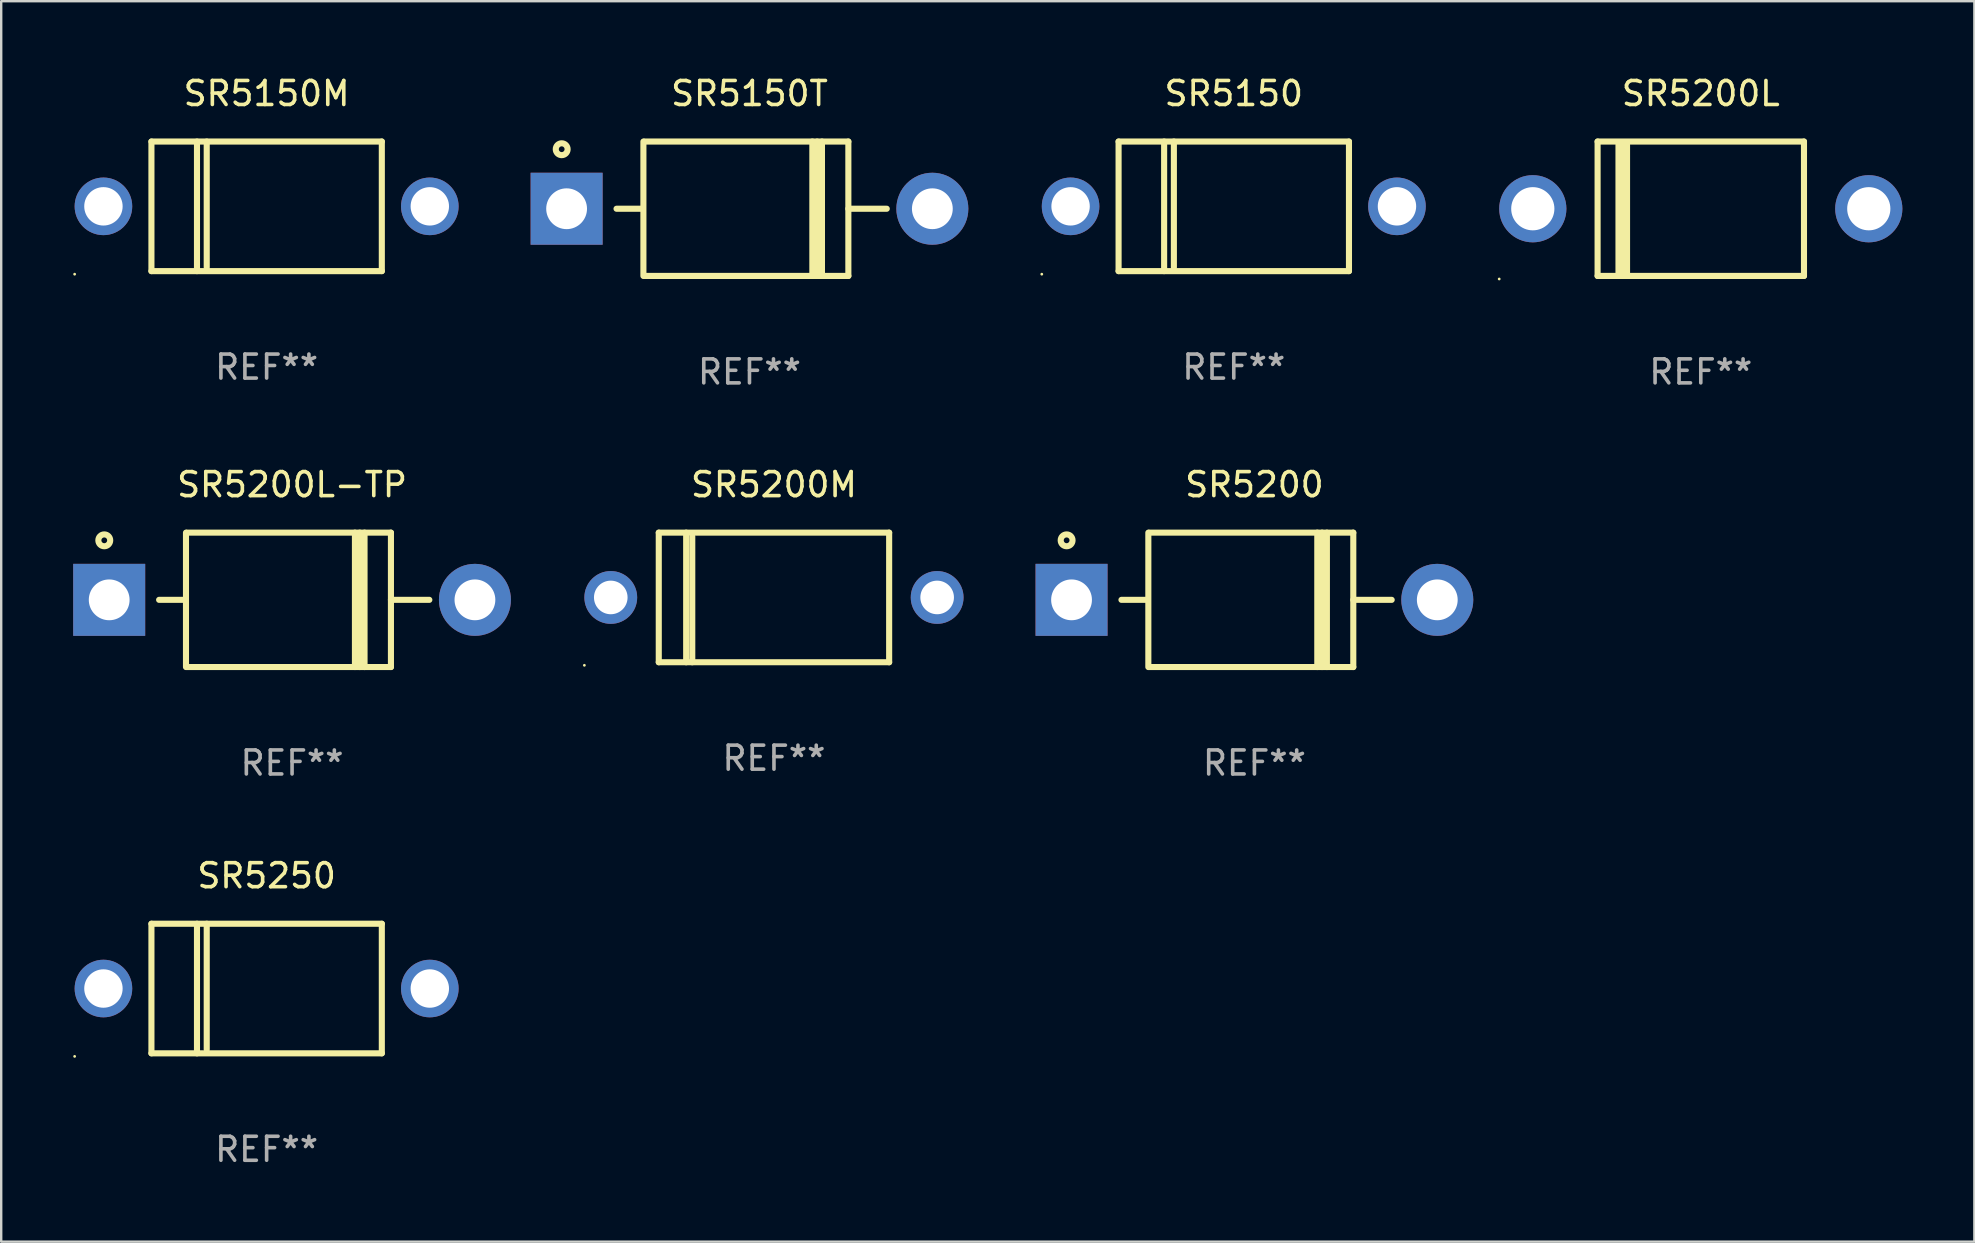
<source format=kicad_pcb>
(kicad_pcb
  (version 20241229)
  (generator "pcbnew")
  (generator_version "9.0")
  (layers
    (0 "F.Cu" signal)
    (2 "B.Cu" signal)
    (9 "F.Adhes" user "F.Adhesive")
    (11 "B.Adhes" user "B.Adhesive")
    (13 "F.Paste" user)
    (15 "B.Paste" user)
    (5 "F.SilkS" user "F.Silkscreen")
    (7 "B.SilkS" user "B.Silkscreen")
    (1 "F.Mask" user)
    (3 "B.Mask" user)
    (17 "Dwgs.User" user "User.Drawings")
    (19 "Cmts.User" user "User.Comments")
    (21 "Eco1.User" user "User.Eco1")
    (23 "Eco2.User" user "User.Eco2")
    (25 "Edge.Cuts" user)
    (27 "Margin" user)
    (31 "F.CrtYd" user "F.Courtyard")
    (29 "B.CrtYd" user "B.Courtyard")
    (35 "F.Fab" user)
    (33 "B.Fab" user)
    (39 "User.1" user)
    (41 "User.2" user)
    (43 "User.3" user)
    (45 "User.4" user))
  (footprint "SR5150M"
    (layer "F.Cu")
    (at 8.06 5.548)
    (property "Reference" "SR5150M" (at 0 -4.7 0) (layer "F.SilkS") (effects (font (size 1 1) (thickness 0.15))))
    (attr through_hole)
    (fp_line (start -4.8 -2.7) (end -4.8 2.7) (stroke (width 0.254) (type solid)) (layer "F.SilkS"))
    (fp_line (start -4.8 -2.7) (end 4.8 -2.7) (stroke (width 0.254) (type solid)) (layer "F.SilkS"))
    (fp_line (start -2.902 -2.7) (end -2.902 2.7) (stroke (width 0.254) (type solid)) (layer "F.SilkS"))
    (fp_line (start -2.496 -2.7) (end -2.496 2.54) (stroke (width 0.254) (type solid)) (layer "F.SilkS"))
    (fp_line (start 4.8 -2.7) (end 4.8 2.7) (stroke (width 0.254) (type solid)) (layer "F.SilkS"))
    (fp_line (start 4.8 2.7) (end -4.8 2.7) (stroke (width 0.254) (type solid)) (layer "F.SilkS"))
    (fp_circle (center -8 2.827) (end -7.97 2.827) (stroke (width 0.06) (type solid)) (fill no) (layer "F.SilkS"))
    (fp_text user "REF**" (at 0 6.7 0) (layer "F.Fab") (effects (font (size 1 1) (thickness 0.15))))
    (pad "1" thru_hole circle (at -6.8 0) (size 2.4 2.4) (drill 1.6) (layers "*.Cu" "*.Mask"))
    (pad "2" thru_hole circle (at 6.8 0) (size 2.4 2.4) (drill 1.6) (layers "*.Cu" "*.Mask")))
  (footprint "SR5200"
    (layer "F.Cu")
    (at 49.22 21.945)
    (property "Reference" "SR5200" (at 0 -4.8 0) (layer "F.SilkS") (effects (font (size 1 1) (thickness 0.15))))
    (attr through_hole)
    (fp_line (start -5.54 0) (end -4.44 0) (stroke (width 0.254) (type solid)) (layer "F.SilkS"))
    (fp_line (start -4.42 2.8) (end -4.42 -2.8) (stroke (width 0.254) (type solid)) (layer "F.SilkS"))
    (fp_line (start -4.38 -2.8) (end 4.12 -2.8) (stroke (width 0.254) (type solid)) (layer "F.SilkS"))
    (fp_line (start 2.62 -2.8) (end 2.62 2.8) (stroke (width 0.254) (type solid)) (layer "F.SilkS"))
    (fp_line (start 2.82 -2.8) (end 2.82 2.8) (stroke (width 0.254) (type solid)) (layer "F.SilkS"))
    (fp_line (start 3.02 -2.8) (end 3.02 2.8) (stroke (width 0.254) (type solid)) (layer "F.SilkS"))
    (fp_line (start 4.12 -2.8) (end 4.12 2.8) (stroke (width 0.254) (type solid)) (layer "F.SilkS"))
    (fp_line (start 4.12 0) (end 5.72 0) (stroke (width 0.254) (type solid)) (layer "F.SilkS"))
    (fp_line (start 4.12 2.8) (end -4.38 2.8) (stroke (width 0.254) (type solid)) (layer "F.SilkS"))
    (fp_circle (center -7.825 -2.48) (end -7.705 -2.48) (stroke (width 0.254) (type solid)) (fill no) (layer "F.SilkS"))
    (fp_text user "REF**" (at 0 6.8 0) (layer "F.Fab") (effects (font (size 1 1) (thickness 0.15))))
    (pad "1" thru_hole rect (at -7.62 0 180) (size 3 3) (drill 1.7) (layers "*.Cu" "*.Mask"))
    (pad "2" thru_hole circle (at 7.62 0) (size 3 3) (drill 1.7) (layers "*.Cu" "*.Mask")))
  (footprint "SR5200L-TP"
    (layer "F.Cu")
    (at 9.12 21.945)
    (property "Reference" "SR5200L-TP" (at 0 -4.8 0) (layer "F.SilkS") (effects (font (size 1 1) (thickness 0.15))))
    (attr through_hole)
    (fp_line (start -5.54 0) (end -4.44 0) (stroke (width 0.254) (type solid)) (layer "F.SilkS"))
    (fp_line (start -4.42 2.8) (end -4.42 -2.8) (stroke (width 0.254) (type solid)) (layer "F.SilkS"))
    (fp_line (start -4.38 -2.8) (end 4.12 -2.8) (stroke (width 0.254) (type solid)) (layer "F.SilkS"))
    (fp_line (start 2.62 -2.8) (end 2.62 2.8) (stroke (width 0.254) (type solid)) (layer "F.SilkS"))
    (fp_line (start 2.82 -2.8) (end 2.82 2.8) (stroke (width 0.254) (type solid)) (layer "F.SilkS"))
    (fp_line (start 3.02 -2.8) (end 3.02 2.8) (stroke (width 0.254) (type solid)) (layer "F.SilkS"))
    (fp_line (start 4.12 -2.8) (end 4.12 2.8) (stroke (width 0.254) (type solid)) (layer "F.SilkS"))
    (fp_line (start 4.12 0) (end 5.72 0) (stroke (width 0.254) (type solid)) (layer "F.SilkS"))
    (fp_line (start 4.12 2.8) (end -4.38 2.8) (stroke (width 0.254) (type solid)) (layer "F.SilkS"))
    (fp_circle (center -7.825 -2.48) (end -7.705 -2.48) (stroke (width 0.254) (type solid)) (fill no) (layer "F.SilkS"))
    (fp_text user "REF**" (at 0 6.8 0) (layer "F.Fab") (effects (font (size 1 1) (thickness 0.15))))
    (pad "1" thru_hole rect (at -7.62 0 180) (size 3 3) (drill 1.7) (layers "*.Cu" "*.Mask"))
    (pad "2" thru_hole circle (at 7.62 0) (size 3 3) (drill 1.7) (layers "*.Cu" "*.Mask")))
  (footprint "SR5200M"
    (layer "F.Cu")
    (at 29.2 21.845)
    (property "Reference" "SR5200M" (at 0 -4.7 0) (layer "F.SilkS") (effects (font (size 1 1) (thickness 0.15))))
    (attr through_hole)
    (fp_line (start -4.8 -2.7) (end 4.8 -2.7) (stroke (width 0.254) (type solid)) (layer "F.SilkS"))
    (fp_line (start -4.8 2.7) (end -4.8 -2.7) (stroke (width 0.254) (type solid)) (layer "F.SilkS"))
    (fp_line (start -3.658 2.7) (end -3.658 -2.7) (stroke (width 0.254) (type solid)) (layer "F.SilkS"))
    (fp_line (start -3.404 2.7) (end -3.404 -2.54) (stroke (width 0.254) (type solid)) (layer "F.SilkS"))
    (fp_line (start 4.8 2.7) (end -4.8 2.7) (stroke (width 0.254) (type solid)) (layer "F.SilkS"))
    (fp_line (start 4.8 2.7) (end 4.8 -2.7) (stroke (width 0.254) (type solid)) (layer "F.SilkS"))
    (fp_circle (center -7.9 2.827) (end -7.87 2.827) (stroke (width 0.06) (type solid)) (fill no) (layer "F.SilkS"))
    (fp_text user "REF**" (at 0 6.7 0) (layer "F.Fab") (effects (font (size 1 1) (thickness 0.15))))
    (pad "1" thru_hole circle (at -6.8 0) (size 2.2 2.2) (drill 1.4) (layers "*.Cu" "*.Mask"))
    (pad "2" thru_hole circle (at 6.8 0) (size 2.2 2.2) (drill 1.4) (layers "*.Cu" "*.Mask")))
  (footprint "SR5200L"
    (layer "F.Cu")
    (at 67.82 5.648)
    (property "Reference" "SR5200L" (at 0 -4.8 0) (layer "F.SilkS") (effects (font (size 1 1) (thickness 0.15))))
    (attr through_hole)
    (fp_line (start -4.3 -2.8) (end -4.3 2.8) (stroke (width 0.254) (type solid)) (layer "F.SilkS"))
    (fp_line (start -4.3 -2.8) (end 4.3 -2.8) (stroke (width 0.254) (type solid)) (layer "F.SilkS"))
    (fp_line (start -4.3 2.8) (end 4.3 2.8) (stroke (width 0.254) (type solid)) (layer "F.SilkS"))
    (fp_line (start -3.442 2.667) (end -3.442 -2.667) (stroke (width 0.229) (type solid)) (layer "F.SilkS"))
    (fp_line (start -3.315 2.667) (end -3.315 -2.667) (stroke (width 0.229) (type solid)) (layer "F.SilkS"))
    (fp_line (start -3.188 2.667) (end -3.188 -2.667) (stroke (width 0.229) (type solid)) (layer "F.SilkS"))
    (fp_line (start -3.061 2.667) (end -3.061 -2.667) (stroke (width 0.229) (type solid)) (layer "F.SilkS"))
    (fp_line (start 4.3 -2.8) (end 4.3 2.8) (stroke (width 0.254) (type solid)) (layer "F.SilkS"))
    (fp_circle (center -8.4 2.927) (end -8.37 2.927) (stroke (width 0.06) (type solid)) (fill no) (layer "F.SilkS"))
    (fp_text user "REF**" (at 0 6.8 0) (layer "F.Fab") (effects (font (size 1 1) (thickness 0.15))))
    (pad "1" thru_hole circle (at -7 0) (size 2.8 2.8) (drill 1.8) (layers "*.Cu" "*.Mask"))
    (pad "2" thru_hole circle (at 7 0) (size 2.8 2.8) (drill 1.8) (layers "*.Cu" "*.Mask")))
  (footprint "SR5250"
    (layer "F.Cu")
    (at 8.06 38.141)
    (property "Reference" "SR5250" (at 0 -4.7 0) (layer "F.SilkS") (effects (font (size 1 1) (thickness 0.15))))
    (attr through_hole)
    (fp_line (start -4.8 -2.7) (end -4.8 2.7) (stroke (width 0.254) (type solid)) (layer "F.SilkS"))
    (fp_line (start -4.8 -2.7) (end 4.8 -2.7) (stroke (width 0.254) (type solid)) (layer "F.SilkS"))
    (fp_line (start -2.902 -2.7) (end -2.902 2.7) (stroke (width 0.254) (type solid)) (layer "F.SilkS"))
    (fp_line (start -2.496 -2.7) (end -2.496 2.54) (stroke (width 0.254) (type solid)) (layer "F.SilkS"))
    (fp_line (start 4.8 -2.7) (end 4.8 2.7) (stroke (width 0.254) (type solid)) (layer "F.SilkS"))
    (fp_line (start 4.8 2.7) (end -4.8 2.7) (stroke (width 0.254) (type solid)) (layer "F.SilkS"))
    (fp_circle (center -8 2.827) (end -7.97 2.827) (stroke (width 0.06) (type solid)) (fill no) (layer "F.SilkS"))
    (fp_text user "REF**" (at 0 6.7 0) (layer "F.Fab") (effects (font (size 1 1) (thickness 0.15))))
    (pad "1" thru_hole circle (at -6.8 0) (size 2.4 2.4) (drill 1.6) (layers "*.Cu" "*.Mask"))
    (pad "2" thru_hole circle (at 6.8 0) (size 2.4 2.4) (drill 1.6) (layers "*.Cu" "*.Mask")))
  (footprint "SR5150"
    (layer "F.Cu")
    (at 48.36 5.548)
    (property "Reference" "SR5150" (at 0 -4.7 0) (layer "F.SilkS") (effects (font (size 1 1) (thickness 0.15))))
    (attr through_hole)
    (fp_line (start -4.8 -2.7) (end -4.8 2.7) (stroke (width 0.254) (type solid)) (layer "F.SilkS"))
    (fp_line (start -4.8 -2.7) (end 4.8 -2.7) (stroke (width 0.254) (type solid)) (layer "F.SilkS"))
    (fp_line (start -2.902 -2.7) (end -2.902 2.7) (stroke (width 0.254) (type solid)) (layer "F.SilkS"))
    (fp_line (start -2.496 -2.7) (end -2.496 2.54) (stroke (width 0.254) (type solid)) (layer "F.SilkS"))
    (fp_line (start 4.8 -2.7) (end 4.8 2.7) (stroke (width 0.254) (type solid)) (layer "F.SilkS"))
    (fp_line (start 4.8 2.7) (end -4.8 2.7) (stroke (width 0.254) (type solid)) (layer "F.SilkS"))
    (fp_circle (center -8 2.827) (end -7.97 2.827) (stroke (width 0.06) (type solid)) (fill no) (layer "F.SilkS"))
    (fp_text user "REF**" (at 0 6.7 0) (layer "F.Fab") (effects (font (size 1 1) (thickness 0.15))))
    (pad "1" thru_hole circle (at -6.8 0) (size 2.4 2.4) (drill 1.6) (layers "*.Cu" "*.Mask"))
    (pad "2" thru_hole circle (at 6.8 0) (size 2.4 2.4) (drill 1.6) (layers "*.Cu" "*.Mask")))
  (footprint "SR5150T"
    (layer "F.Cu")
    (at 28.18 5.648)
    (property "Reference" "SR5150T" (at 0 -4.8 0) (layer "F.SilkS") (effects (font (size 1 1) (thickness 0.15))))
    (attr through_hole)
    (fp_line (start -5.54 0) (end -4.44 0) (stroke (width 0.254) (type solid)) (layer "F.SilkS"))
    (fp_line (start -4.42 2.8) (end -4.42 -2.8) (stroke (width 0.254) (type solid)) (layer "F.SilkS"))
    (fp_line (start -4.38 -2.8) (end 4.12 -2.8) (stroke (width 0.254) (type solid)) (layer "F.SilkS"))
    (fp_line (start 2.62 -2.8) (end 2.62 2.8) (stroke (width 0.254) (type solid)) (layer "F.SilkS"))
    (fp_line (start 2.82 -2.8) (end 2.82 2.8) (stroke (width 0.254) (type solid)) (layer "F.SilkS"))
    (fp_line (start 3.02 -2.8) (end 3.02 2.8) (stroke (width 0.254) (type solid)) (layer "F.SilkS"))
    (fp_line (start 4.12 -2.8) (end 4.12 2.8) (stroke (width 0.254) (type solid)) (layer "F.SilkS"))
    (fp_line (start 4.12 0) (end 5.72 0) (stroke (width 0.254) (type solid)) (layer "F.SilkS"))
    (fp_line (start 4.12 2.8) (end -4.38 2.8) (stroke (width 0.254) (type solid)) (layer "F.SilkS"))
    (fp_circle (center -7.825 -2.48) (end -7.705 -2.48) (stroke (width 0.254) (type solid)) (fill no) (layer "F.SilkS"))
    (fp_text user "REF**" (at 0 6.8 0) (layer "F.Fab") (effects (font (size 1 1) (thickness 0.15))))
    (pad "1" thru_hole rect (at -7.62 0 180) (size 3 3) (drill 1.7) (layers "*.Cu" "*.Mask"))
    (pad "2" thru_hole circle (at 7.62 0) (size 3 3) (drill 1.7) (layers "*.Cu" "*.Mask")))
  (gr_rect
    (start -3 -3)
    (end 79.22 48.69)
    (stroke (width 0.1) (type default))
    (fill no)
    (layer "Edge.Cuts")))
</source>
